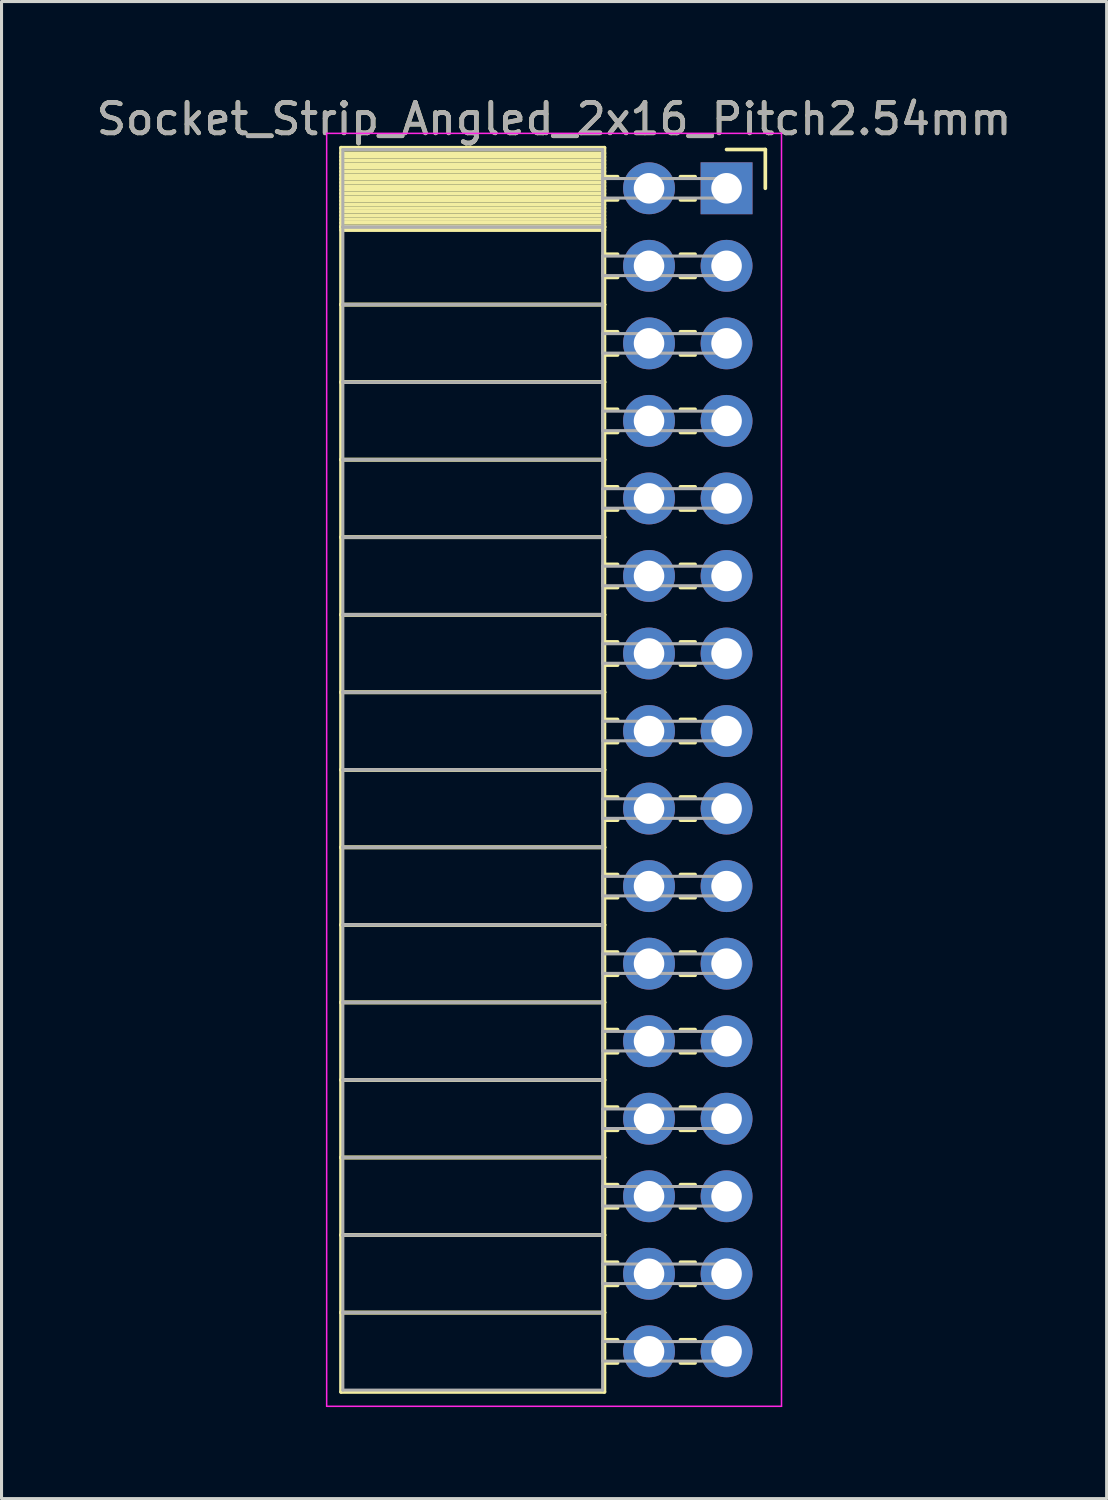
<source format=kicad_pcb>
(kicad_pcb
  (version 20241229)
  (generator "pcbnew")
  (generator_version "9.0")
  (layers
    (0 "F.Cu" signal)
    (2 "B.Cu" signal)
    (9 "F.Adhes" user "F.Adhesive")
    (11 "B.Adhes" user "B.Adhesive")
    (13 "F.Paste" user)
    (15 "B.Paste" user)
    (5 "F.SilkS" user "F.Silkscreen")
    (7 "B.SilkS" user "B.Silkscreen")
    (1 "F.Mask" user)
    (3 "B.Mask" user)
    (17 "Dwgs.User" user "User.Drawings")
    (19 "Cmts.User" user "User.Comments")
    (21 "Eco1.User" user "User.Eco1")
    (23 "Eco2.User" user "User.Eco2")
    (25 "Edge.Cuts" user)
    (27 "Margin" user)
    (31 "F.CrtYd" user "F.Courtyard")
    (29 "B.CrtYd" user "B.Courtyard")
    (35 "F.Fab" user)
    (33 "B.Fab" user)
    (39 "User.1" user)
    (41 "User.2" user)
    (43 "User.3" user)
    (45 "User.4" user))
  (footprint "Socket_Strip_Angled_2x16_Pitch2.54mm"
    (layer "F.Cu")
    (at 20.751 3.118)
    (property "Reference" "Socket_Strip_Angled_2x16_Pitch2.54mm" (at -5.65 -2.27 0) (layer "F.SilkS") (effects (font (size 1 1) (thickness 0.15))))
    (attr through_hole)
    (fp_line (start -12.63 -1.33) (end -4 -1.33) (stroke (width 0.12) (type solid)) (layer "F.SilkS"))
    (fp_line (start -12.63 1.27) (end -12.63 -1.33) (stroke (width 0.12) (type solid)) (layer "F.SilkS"))
    (fp_line (start -12.63 1.27) (end -4 1.27) (stroke (width 0.12) (type solid)) (layer "F.SilkS"))
    (fp_line (start -12.63 3.81) (end -12.63 1.27) (stroke (width 0.12) (type solid)) (layer "F.SilkS"))
    (fp_line (start -12.63 3.81) (end -4 3.81) (stroke (width 0.12) (type solid)) (layer "F.SilkS"))
    (fp_line (start -12.63 6.35) (end -12.63 3.81) (stroke (width 0.12) (type solid)) (layer "F.SilkS"))
    (fp_line (start -12.63 6.35) (end -4 6.35) (stroke (width 0.12) (type solid)) (layer "F.SilkS"))
    (fp_line (start -12.63 8.89) (end -12.63 6.35) (stroke (width 0.12) (type solid)) (layer "F.SilkS"))
    (fp_line (start -12.63 8.89) (end -4 8.89) (stroke (width 0.12) (type solid)) (layer "F.SilkS"))
    (fp_line (start -12.63 11.43) (end -12.63 8.89) (stroke (width 0.12) (type solid)) (layer "F.SilkS"))
    (fp_line (start -12.63 11.43) (end -4 11.43) (stroke (width 0.12) (type solid)) (layer "F.SilkS"))
    (fp_line (start -12.63 13.97) (end -12.63 11.43) (stroke (width 0.12) (type solid)) (layer "F.SilkS"))
    (fp_line (start -12.63 13.97) (end -4 13.97) (stroke (width 0.12) (type solid)) (layer "F.SilkS"))
    (fp_line (start -12.63 16.51) (end -12.63 13.97) (stroke (width 0.12) (type solid)) (layer "F.SilkS"))
    (fp_line (start -12.63 16.51) (end -4 16.51) (stroke (width 0.12) (type solid)) (layer "F.SilkS"))
    (fp_line (start -12.63 19.05) (end -12.63 16.51) (stroke (width 0.12) (type solid)) (layer "F.SilkS"))
    (fp_line (start -12.63 19.05) (end -4 19.05) (stroke (width 0.12) (type solid)) (layer "F.SilkS"))
    (fp_line (start -12.63 21.59) (end -12.63 19.05) (stroke (width 0.12) (type solid)) (layer "F.SilkS"))
    (fp_line (start -12.63 21.59) (end -4 21.59) (stroke (width 0.12) (type solid)) (layer "F.SilkS"))
    (fp_line (start -12.63 24.13) (end -12.63 21.59) (stroke (width 0.12) (type solid)) (layer "F.SilkS"))
    (fp_line (start -12.63 24.13) (end -4 24.13) (stroke (width 0.12) (type solid)) (layer "F.SilkS"))
    (fp_line (start -12.63 26.67) (end -12.63 24.13) (stroke (width 0.12) (type solid)) (layer "F.SilkS"))
    (fp_line (start -12.63 26.67) (end -4 26.67) (stroke (width 0.12) (type solid)) (layer "F.SilkS"))
    (fp_line (start -12.63 29.21) (end -12.63 26.67) (stroke (width 0.12) (type solid)) (layer "F.SilkS"))
    (fp_line (start -12.63 29.21) (end -4 29.21) (stroke (width 0.12) (type solid)) (layer "F.SilkS"))
    (fp_line (start -12.63 31.75) (end -12.63 29.21) (stroke (width 0.12) (type solid)) (layer "F.SilkS"))
    (fp_line (start -12.63 31.75) (end -4 31.75) (stroke (width 0.12) (type solid)) (layer "F.SilkS"))
    (fp_line (start -12.63 34.29) (end -12.63 31.75) (stroke (width 0.12) (type solid)) (layer "F.SilkS"))
    (fp_line (start -12.63 34.29) (end -4 34.29) (stroke (width 0.12) (type solid)) (layer "F.SilkS"))
    (fp_line (start -12.63 36.83) (end -12.63 34.29) (stroke (width 0.12) (type solid)) (layer "F.SilkS"))
    (fp_line (start -12.63 36.83) (end -4 36.83) (stroke (width 0.12) (type solid)) (layer "F.SilkS"))
    (fp_line (start -12.63 39.43) (end -12.63 36.83) (stroke (width 0.12) (type solid)) (layer "F.SilkS"))
    (fp_line (start -4 -1.33) (end -4 1.27) (stroke (width 0.12) (type solid)) (layer "F.SilkS"))
    (fp_line (start -4 -1.15) (end -12.63 -1.15) (stroke (width 0.12) (type solid)) (layer "F.SilkS"))
    (fp_line (start -4 -1.03) (end -12.63 -1.03) (stroke (width 0.12) (type solid)) (layer "F.SilkS"))
    (fp_line (start -4 -0.91) (end -12.63 -0.91) (stroke (width 0.12) (type solid)) (layer "F.SilkS"))
    (fp_line (start -4 -0.79) (end -12.63 -0.79) (stroke (width 0.12) (type solid)) (layer "F.SilkS"))
    (fp_line (start -4 -0.67) (end -12.63 -0.67) (stroke (width 0.12) (type solid)) (layer "F.SilkS"))
    (fp_line (start -4 -0.55) (end -12.63 -0.55) (stroke (width 0.12) (type solid)) (layer "F.SilkS"))
    (fp_line (start -4 -0.43) (end -12.63 -0.43) (stroke (width 0.12) (type solid)) (layer "F.SilkS"))
    (fp_line (start -4 -0.31) (end -12.63 -0.31) (stroke (width 0.12) (type solid)) (layer "F.SilkS"))
    (fp_line (start -4 -0.19) (end -12.63 -0.19) (stroke (width 0.12) (type solid)) (layer "F.SilkS"))
    (fp_line (start -4 -0.07) (end -12.63 -0.07) (stroke (width 0.12) (type solid)) (layer "F.SilkS"))
    (fp_line (start -4 0.05) (end -12.63 0.05) (stroke (width 0.12) (type solid)) (layer "F.SilkS"))
    (fp_line (start -4 0.17) (end -12.63 0.17) (stroke (width 0.12) (type solid)) (layer "F.SilkS"))
    (fp_line (start -4 0.29) (end -12.63 0.29) (stroke (width 0.12) (type solid)) (layer "F.SilkS"))
    (fp_line (start -4 0.41) (end -12.63 0.41) (stroke (width 0.12) (type solid)) (layer "F.SilkS"))
    (fp_line (start -4 0.53) (end -12.63 0.53) (stroke (width 0.12) (type solid)) (layer "F.SilkS"))
    (fp_line (start -4 0.65) (end -12.63 0.65) (stroke (width 0.12) (type solid)) (layer "F.SilkS"))
    (fp_line (start -4 0.77) (end -12.63 0.77) (stroke (width 0.12) (type solid)) (layer "F.SilkS"))
    (fp_line (start -4 0.89) (end -12.63 0.89) (stroke (width 0.12) (type solid)) (layer "F.SilkS"))
    (fp_line (start -4 1.01) (end -12.63 1.01) (stroke (width 0.12) (type solid)) (layer "F.SilkS"))
    (fp_line (start -4 1.13) (end -12.63 1.13) (stroke (width 0.12) (type solid)) (layer "F.SilkS"))
    (fp_line (start -4 1.25) (end -12.63 1.25) (stroke (width 0.12) (type solid)) (layer "F.SilkS"))
    (fp_line (start -4 1.27) (end -12.63 1.27) (stroke (width 0.12) (type solid)) (layer "F.SilkS"))
    (fp_line (start -4 1.27) (end -4 3.81) (stroke (width 0.12) (type solid)) (layer "F.SilkS"))
    (fp_line (start -4 1.37) (end -12.63 1.37) (stroke (width 0.12) (type solid)) (layer "F.SilkS"))
    (fp_line (start -4 3.81) (end -12.63 3.81) (stroke (width 0.12) (type solid)) (layer "F.SilkS"))
    (fp_line (start -4 3.81) (end -4 6.35) (stroke (width 0.12) (type solid)) (layer "F.SilkS"))
    (fp_line (start -4 6.35) (end -12.63 6.35) (stroke (width 0.12) (type solid)) (layer "F.SilkS"))
    (fp_line (start -4 6.35) (end -4 8.89) (stroke (width 0.12) (type solid)) (layer "F.SilkS"))
    (fp_line (start -4 8.89) (end -12.63 8.89) (stroke (width 0.12) (type solid)) (layer "F.SilkS"))
    (fp_line (start -4 8.89) (end -4 11.43) (stroke (width 0.12) (type solid)) (layer "F.SilkS"))
    (fp_line (start -4 11.43) (end -12.63 11.43) (stroke (width 0.12) (type solid)) (layer "F.SilkS"))
    (fp_line (start -4 11.43) (end -4 13.97) (stroke (width 0.12) (type solid)) (layer "F.SilkS"))
    (fp_line (start -4 13.97) (end -12.63 13.97) (stroke (width 0.12) (type solid)) (layer "F.SilkS"))
    (fp_line (start -4 13.97) (end -4 16.51) (stroke (width 0.12) (type solid)) (layer "F.SilkS"))
    (fp_line (start -4 16.51) (end -12.63 16.51) (stroke (width 0.12) (type solid)) (layer "F.SilkS"))
    (fp_line (start -4 16.51) (end -4 19.05) (stroke (width 0.12) (type solid)) (layer "F.SilkS"))
    (fp_line (start -4 19.05) (end -12.63 19.05) (stroke (width 0.12) (type solid)) (layer "F.SilkS"))
    (fp_line (start -4 19.05) (end -4 21.59) (stroke (width 0.12) (type solid)) (layer "F.SilkS"))
    (fp_line (start -4 21.59) (end -12.63 21.59) (stroke (width 0.12) (type solid)) (layer "F.SilkS"))
    (fp_line (start -4 21.59) (end -4 24.13) (stroke (width 0.12) (type solid)) (layer "F.SilkS"))
    (fp_line (start -4 24.13) (end -12.63 24.13) (stroke (width 0.12) (type solid)) (layer "F.SilkS"))
    (fp_line (start -4 24.13) (end -4 26.67) (stroke (width 0.12) (type solid)) (layer "F.SilkS"))
    (fp_line (start -4 26.67) (end -12.63 26.67) (stroke (width 0.12) (type solid)) (layer "F.SilkS"))
    (fp_line (start -4 26.67) (end -4 29.21) (stroke (width 0.12) (type solid)) (layer "F.SilkS"))
    (fp_line (start -4 29.21) (end -12.63 29.21) (stroke (width 0.12) (type solid)) (layer "F.SilkS"))
    (fp_line (start -4 29.21) (end -4 31.75) (stroke (width 0.12) (type solid)) (layer "F.SilkS"))
    (fp_line (start -4 31.75) (end -12.63 31.75) (stroke (width 0.12) (type solid)) (layer "F.SilkS"))
    (fp_line (start -4 31.75) (end -4 34.29) (stroke (width 0.12) (type solid)) (layer "F.SilkS"))
    (fp_line (start -4 34.29) (end -12.63 34.29) (stroke (width 0.12) (type solid)) (layer "F.SilkS"))
    (fp_line (start -4 34.29) (end -4 36.83) (stroke (width 0.12) (type solid)) (layer "F.SilkS"))
    (fp_line (start -4 36.83) (end -12.63 36.83) (stroke (width 0.12) (type solid)) (layer "F.SilkS"))
    (fp_line (start -4 36.83) (end -4 39.43) (stroke (width 0.12) (type solid)) (layer "F.SilkS"))
    (fp_line (start -4 39.43) (end -12.63 39.43) (stroke (width 0.12) (type solid)) (layer "F.SilkS"))
    (fp_line (start -3.57 -0.38) (end -4 -0.38) (stroke (width 0.12) (type solid)) (layer "F.SilkS"))
    (fp_line (start -3.57 0.38) (end -4 0.38) (stroke (width 0.12) (type solid)) (layer "F.SilkS"))
    (fp_line (start -3.57 2.16) (end -4 2.16) (stroke (width 0.12) (type solid)) (layer "F.SilkS"))
    (fp_line (start -3.57 2.92) (end -4 2.92) (stroke (width 0.12) (type solid)) (layer "F.SilkS"))
    (fp_line (start -3.57 4.7) (end -4 4.7) (stroke (width 0.12) (type solid)) (layer "F.SilkS"))
    (fp_line (start -3.57 5.46) (end -4 5.46) (stroke (width 0.12) (type solid)) (layer "F.SilkS"))
    (fp_line (start -3.57 7.24) (end -4 7.24) (stroke (width 0.12) (type solid)) (layer "F.SilkS"))
    (fp_line (start -3.57 8) (end -4 8) (stroke (width 0.12) (type solid)) (layer "F.SilkS"))
    (fp_line (start -3.57 9.78) (end -4 9.78) (stroke (width 0.12) (type solid)) (layer "F.SilkS"))
    (fp_line (start -3.57 10.54) (end -4 10.54) (stroke (width 0.12) (type solid)) (layer "F.SilkS"))
    (fp_line (start -3.57 12.32) (end -4 12.32) (stroke (width 0.12) (type solid)) (layer "F.SilkS"))
    (fp_line (start -3.57 13.08) (end -4 13.08) (stroke (width 0.12) (type solid)) (layer "F.SilkS"))
    (fp_line (start -3.57 14.86) (end -4 14.86) (stroke (width 0.12) (type solid)) (layer "F.SilkS"))
    (fp_line (start -3.57 15.62) (end -4 15.62) (stroke (width 0.12) (type solid)) (layer "F.SilkS"))
    (fp_line (start -3.57 17.4) (end -4 17.4) (stroke (width 0.12) (type solid)) (layer "F.SilkS"))
    (fp_line (start -3.57 18.16) (end -4 18.16) (stroke (width 0.12) (type solid)) (layer "F.SilkS"))
    (fp_line (start -3.57 19.94) (end -4 19.94) (stroke (width 0.12) (type solid)) (layer "F.SilkS"))
    (fp_line (start -3.57 20.7) (end -4 20.7) (stroke (width 0.12) (type solid)) (layer "F.SilkS"))
    (fp_line (start -3.57 22.48) (end -4 22.48) (stroke (width 0.12) (type solid)) (layer "F.SilkS"))
    (fp_line (start -3.57 23.24) (end -4 23.24) (stroke (width 0.12) (type solid)) (layer "F.SilkS"))
    (fp_line (start -3.57 25.02) (end -4 25.02) (stroke (width 0.12) (type solid)) (layer "F.SilkS"))
    (fp_line (start -3.57 25.78) (end -4 25.78) (stroke (width 0.12) (type solid)) (layer "F.SilkS"))
    (fp_line (start -3.57 27.56) (end -4 27.56) (stroke (width 0.12) (type solid)) (layer "F.SilkS"))
    (fp_line (start -3.57 28.32) (end -4 28.32) (stroke (width 0.12) (type solid)) (layer "F.SilkS"))
    (fp_line (start -3.57 30.1) (end -4 30.1) (stroke (width 0.12) (type solid)) (layer "F.SilkS"))
    (fp_line (start -3.57 30.86) (end -4 30.86) (stroke (width 0.12) (type solid)) (layer "F.SilkS"))
    (fp_line (start -3.57 32.64) (end -4 32.64) (stroke (width 0.12) (type solid)) (layer "F.SilkS"))
    (fp_line (start -3.57 33.4) (end -4 33.4) (stroke (width 0.12) (type solid)) (layer "F.SilkS"))
    (fp_line (start -3.57 35.18) (end -4 35.18) (stroke (width 0.12) (type solid)) (layer "F.SilkS"))
    (fp_line (start -3.57 35.94) (end -4 35.94) (stroke (width 0.12) (type solid)) (layer "F.SilkS"))
    (fp_line (start -3.57 37.72) (end -4 37.72) (stroke (width 0.12) (type solid)) (layer "F.SilkS"))
    (fp_line (start -3.57 38.48) (end -4 38.48) (stroke (width 0.12) (type solid)) (layer "F.SilkS"))
    (fp_line (start -1.03 -0.38) (end -1.51 -0.38) (stroke (width 0.12) (type solid)) (layer "F.SilkS"))
    (fp_line (start -1.03 0.38) (end -1.51 0.38) (stroke (width 0.12) (type solid)) (layer "F.SilkS"))
    (fp_line (start -1.03 2.16) (end -1.51 2.16) (stroke (width 0.12) (type solid)) (layer "F.SilkS"))
    (fp_line (start -1.03 2.92) (end -1.51 2.92) (stroke (width 0.12) (type solid)) (layer "F.SilkS"))
    (fp_line (start -1.03 4.7) (end -1.51 4.7) (stroke (width 0.12) (type solid)) (layer "F.SilkS"))
    (fp_line (start -1.03 5.46) (end -1.51 5.46) (stroke (width 0.12) (type solid)) (layer "F.SilkS"))
    (fp_line (start -1.03 7.24) (end -1.51 7.24) (stroke (width 0.12) (type solid)) (layer "F.SilkS"))
    (fp_line (start -1.03 8) (end -1.51 8) (stroke (width 0.12) (type solid)) (layer "F.SilkS"))
    (fp_line (start -1.03 9.78) (end -1.51 9.78) (stroke (width 0.12) (type solid)) (layer "F.SilkS"))
    (fp_line (start -1.03 10.54) (end -1.51 10.54) (stroke (width 0.12) (type solid)) (layer "F.SilkS"))
    (fp_line (start -1.03 12.32) (end -1.51 12.32) (stroke (width 0.12) (type solid)) (layer "F.SilkS"))
    (fp_line (start -1.03 13.08) (end -1.51 13.08) (stroke (width 0.12) (type solid)) (layer "F.SilkS"))
    (fp_line (start -1.03 14.86) (end -1.51 14.86) (stroke (width 0.12) (type solid)) (layer "F.SilkS"))
    (fp_line (start -1.03 15.62) (end -1.51 15.62) (stroke (width 0.12) (type solid)) (layer "F.SilkS"))
    (fp_line (start -1.03 17.4) (end -1.51 17.4) (stroke (width 0.12) (type solid)) (layer "F.SilkS"))
    (fp_line (start -1.03 18.16) (end -1.51 18.16) (stroke (width 0.12) (type solid)) (layer "F.SilkS"))
    (fp_line (start -1.03 19.94) (end -1.51 19.94) (stroke (width 0.12) (type solid)) (layer "F.SilkS"))
    (fp_line (start -1.03 20.7) (end -1.51 20.7) (stroke (width 0.12) (type solid)) (layer "F.SilkS"))
    (fp_line (start -1.03 22.48) (end -1.51 22.48) (stroke (width 0.12) (type solid)) (layer "F.SilkS"))
    (fp_line (start -1.03 23.24) (end -1.51 23.24) (stroke (width 0.12) (type solid)) (layer "F.SilkS"))
    (fp_line (start -1.03 25.02) (end -1.51 25.02) (stroke (width 0.12) (type solid)) (layer "F.SilkS"))
    (fp_line (start -1.03 25.78) (end -1.51 25.78) (stroke (width 0.12) (type solid)) (layer "F.SilkS"))
    (fp_line (start -1.03 27.56) (end -1.51 27.56) (stroke (width 0.12) (type solid)) (layer "F.SilkS"))
    (fp_line (start -1.03 28.32) (end -1.51 28.32) (stroke (width 0.12) (type solid)) (layer "F.SilkS"))
    (fp_line (start -1.03 30.1) (end -1.51 30.1) (stroke (width 0.12) (type solid)) (layer "F.SilkS"))
    (fp_line (start -1.03 30.86) (end -1.51 30.86) (stroke (width 0.12) (type solid)) (layer "F.SilkS"))
    (fp_line (start -1.03 32.64) (end -1.51 32.64) (stroke (width 0.12) (type solid)) (layer "F.SilkS"))
    (fp_line (start -1.03 33.4) (end -1.51 33.4) (stroke (width 0.12) (type solid)) (layer "F.SilkS"))
    (fp_line (start -1.03 35.18) (end -1.51 35.18) (stroke (width 0.12) (type solid)) (layer "F.SilkS"))
    (fp_line (start -1.03 35.94) (end -1.51 35.94) (stroke (width 0.12) (type solid)) (layer "F.SilkS"))
    (fp_line (start -1.03 37.72) (end -1.51 37.72) (stroke (width 0.12) (type solid)) (layer "F.SilkS"))
    (fp_line (start -1.03 38.48) (end -1.51 38.48) (stroke (width 0.12) (type solid)) (layer "F.SilkS"))
    (fp_line (start 0 -1.27) (end 1.27 -1.27) (stroke (width 0.12) (type solid)) (layer "F.SilkS"))
    (fp_line (start 1.27 -1.27) (end 1.27 0) (stroke (width 0.12) (type solid)) (layer "F.SilkS"))
    (fp_line (start -13.1 -1.8) (end 1.8 -1.8) (stroke (width 0.05) (type solid)) (layer "F.CrtYd"))
    (fp_line (start -13.1 39.9) (end -13.1 -1.8) (stroke (width 0.05) (type solid)) (layer "F.CrtYd"))
    (fp_line (start 1.8 -1.8) (end 1.8 39.9) (stroke (width 0.05) (type solid)) (layer "F.CrtYd"))
    (fp_line (start 1.8 39.9) (end -13.1 39.9) (stroke (width 0.05) (type solid)) (layer "F.CrtYd"))
    (fp_line (start -12.57 -1.27) (end -4.06 -1.27) (stroke (width 0.1) (type solid)) (layer "F.Fab"))
    (fp_line (start -12.57 1.27) (end -12.57 -1.27) (stroke (width 0.1) (type solid)) (layer "F.Fab"))
    (fp_line (start -12.57 1.27) (end -4.06 1.27) (stroke (width 0.1) (type solid)) (layer "F.Fab"))
    (fp_line (start -12.57 3.81) (end -12.57 1.27) (stroke (width 0.1) (type solid)) (layer "F.Fab"))
    (fp_line (start -12.57 3.81) (end -4.06 3.81) (stroke (width 0.1) (type solid)) (layer "F.Fab"))
    (fp_line (start -12.57 6.35) (end -12.57 3.81) (stroke (width 0.1) (type solid)) (layer "F.Fab"))
    (fp_line (start -12.57 6.35) (end -4.06 6.35) (stroke (width 0.1) (type solid)) (layer "F.Fab"))
    (fp_line (start -12.57 8.89) (end -12.57 6.35) (stroke (width 0.1) (type solid)) (layer "F.Fab"))
    (fp_line (start -12.57 8.89) (end -4.06 8.89) (stroke (width 0.1) (type solid)) (layer "F.Fab"))
    (fp_line (start -12.57 11.43) (end -12.57 8.89) (stroke (width 0.1) (type solid)) (layer "F.Fab"))
    (fp_line (start -12.57 11.43) (end -4.06 11.43) (stroke (width 0.1) (type solid)) (layer "F.Fab"))
    (fp_line (start -12.57 13.97) (end -12.57 11.43) (stroke (width 0.1) (type solid)) (layer "F.Fab"))
    (fp_line (start -12.57 13.97) (end -4.06 13.97) (stroke (width 0.1) (type solid)) (layer "F.Fab"))
    (fp_line (start -12.57 16.51) (end -12.57 13.97) (stroke (width 0.1) (type solid)) (layer "F.Fab"))
    (fp_line (start -12.57 16.51) (end -4.06 16.51) (stroke (width 0.1) (type solid)) (layer "F.Fab"))
    (fp_line (start -12.57 19.05) (end -12.57 16.51) (stroke (width 0.1) (type solid)) (layer "F.Fab"))
    (fp_line (start -12.57 19.05) (end -4.06 19.05) (stroke (width 0.1) (type solid)) (layer "F.Fab"))
    (fp_line (start -12.57 21.59) (end -12.57 19.05) (stroke (width 0.1) (type solid)) (layer "F.Fab"))
    (fp_line (start -12.57 21.59) (end -4.06 21.59) (stroke (width 0.1) (type solid)) (layer "F.Fab"))
    (fp_line (start -12.57 24.13) (end -12.57 21.59) (stroke (width 0.1) (type solid)) (layer "F.Fab"))
    (fp_line (start -12.57 24.13) (end -4.06 24.13) (stroke (width 0.1) (type solid)) (layer "F.Fab"))
    (fp_line (start -12.57 26.67) (end -12.57 24.13) (stroke (width 0.1) (type solid)) (layer "F.Fab"))
    (fp_line (start -12.57 26.67) (end -4.06 26.67) (stroke (width 0.1) (type solid)) (layer "F.Fab"))
    (fp_line (start -12.57 29.21) (end -12.57 26.67) (stroke (width 0.1) (type solid)) (layer "F.Fab"))
    (fp_line (start -12.57 29.21) (end -4.06 29.21) (stroke (width 0.1) (type solid)) (layer "F.Fab"))
    (fp_line (start -12.57 31.75) (end -12.57 29.21) (stroke (width 0.1) (type solid)) (layer "F.Fab"))
    (fp_line (start -12.57 31.75) (end -4.06 31.75) (stroke (width 0.1) (type solid)) (layer "F.Fab"))
    (fp_line (start -12.57 34.29) (end -12.57 31.75) (stroke (width 0.1) (type solid)) (layer "F.Fab"))
    (fp_line (start -12.57 34.29) (end -4.06 34.29) (stroke (width 0.1) (type solid)) (layer "F.Fab"))
    (fp_line (start -12.57 36.83) (end -12.57 34.29) (stroke (width 0.1) (type solid)) (layer "F.Fab"))
    (fp_line (start -12.57 36.83) (end -4.06 36.83) (stroke (width 0.1) (type solid)) (layer "F.Fab"))
    (fp_line (start -12.57 39.37) (end -12.57 36.83) (stroke (width 0.1) (type solid)) (layer "F.Fab"))
    (fp_line (start -4.06 -1.27) (end -4.06 1.27) (stroke (width 0.1) (type solid)) (layer "F.Fab"))
    (fp_line (start -4.06 -0.32) (end 0 -0.32) (stroke (width 0.1) (type solid)) (layer "F.Fab"))
    (fp_line (start -4.06 0.32) (end -4.06 -0.32) (stroke (width 0.1) (type solid)) (layer "F.Fab"))
    (fp_line (start -4.06 1.27) (end -12.57 1.27) (stroke (width 0.1) (type solid)) (layer "F.Fab"))
    (fp_line (start -4.06 1.27) (end -4.06 3.81) (stroke (width 0.1) (type solid)) (layer "F.Fab"))
    (fp_line (start -4.06 2.22) (end 0 2.22) (stroke (width 0.1) (type solid)) (layer "F.Fab"))
    (fp_line (start -4.06 2.86) (end -4.06 2.22) (stroke (width 0.1) (type solid)) (layer "F.Fab"))
    (fp_line (start -4.06 3.81) (end -12.57 3.81) (stroke (width 0.1) (type solid)) (layer "F.Fab"))
    (fp_line (start -4.06 3.81) (end -4.06 6.35) (stroke (width 0.1) (type solid)) (layer "F.Fab"))
    (fp_line (start -4.06 4.76) (end 0 4.76) (stroke (width 0.1) (type solid)) (layer "F.Fab"))
    (fp_line (start -4.06 5.4) (end -4.06 4.76) (stroke (width 0.1) (type solid)) (layer "F.Fab"))
    (fp_line (start -4.06 6.35) (end -12.57 6.35) (stroke (width 0.1) (type solid)) (layer "F.Fab"))
    (fp_line (start -4.06 6.35) (end -4.06 8.89) (stroke (width 0.1) (type solid)) (layer "F.Fab"))
    (fp_line (start -4.06 7.3) (end 0 7.3) (stroke (width 0.1) (type solid)) (layer "F.Fab"))
    (fp_line (start -4.06 7.94) (end -4.06 7.3) (stroke (width 0.1) (type solid)) (layer "F.Fab"))
    (fp_line (start -4.06 8.89) (end -12.57 8.89) (stroke (width 0.1) (type solid)) (layer "F.Fab"))
    (fp_line (start -4.06 8.89) (end -4.06 11.43) (stroke (width 0.1) (type solid)) (layer "F.Fab"))
    (fp_line (start -4.06 9.84) (end 0 9.84) (stroke (width 0.1) (type solid)) (layer "F.Fab"))
    (fp_line (start -4.06 10.48) (end -4.06 9.84) (stroke (width 0.1) (type solid)) (layer "F.Fab"))
    (fp_line (start -4.06 11.43) (end -12.57 11.43) (stroke (width 0.1) (type solid)) (layer "F.Fab"))
    (fp_line (start -4.06 11.43) (end -4.06 13.97) (stroke (width 0.1) (type solid)) (layer "F.Fab"))
    (fp_line (start -4.06 12.38) (end 0 12.38) (stroke (width 0.1) (type solid)) (layer "F.Fab"))
    (fp_line (start -4.06 13.02) (end -4.06 12.38) (stroke (width 0.1) (type solid)) (layer "F.Fab"))
    (fp_line (start -4.06 13.97) (end -12.57 13.97) (stroke (width 0.1) (type solid)) (layer "F.Fab"))
    (fp_line (start -4.06 13.97) (end -4.06 16.51) (stroke (width 0.1) (type solid)) (layer "F.Fab"))
    (fp_line (start -4.06 14.92) (end 0 14.92) (stroke (width 0.1) (type solid)) (layer "F.Fab"))
    (fp_line (start -4.06 15.56) (end -4.06 14.92) (stroke (width 0.1) (type solid)) (layer "F.Fab"))
    (fp_line (start -4.06 16.51) (end -12.57 16.51) (stroke (width 0.1) (type solid)) (layer "F.Fab"))
    (fp_line (start -4.06 16.51) (end -4.06 19.05) (stroke (width 0.1) (type solid)) (layer "F.Fab"))
    (fp_line (start -4.06 17.46) (end 0 17.46) (stroke (width 0.1) (type solid)) (layer "F.Fab"))
    (fp_line (start -4.06 18.1) (end -4.06 17.46) (stroke (width 0.1) (type solid)) (layer "F.Fab"))
    (fp_line (start -4.06 19.05) (end -12.57 19.05) (stroke (width 0.1) (type solid)) (layer "F.Fab"))
    (fp_line (start -4.06 19.05) (end -4.06 21.59) (stroke (width 0.1) (type solid)) (layer "F.Fab"))
    (fp_line (start -4.06 20) (end 0 20) (stroke (width 0.1) (type solid)) (layer "F.Fab"))
    (fp_line (start -4.06 20.64) (end -4.06 20) (stroke (width 0.1) (type solid)) (layer "F.Fab"))
    (fp_line (start -4.06 21.59) (end -12.57 21.59) (stroke (width 0.1) (type solid)) (layer "F.Fab"))
    (fp_line (start -4.06 21.59) (end -4.06 24.13) (stroke (width 0.1) (type solid)) (layer "F.Fab"))
    (fp_line (start -4.06 22.54) (end 0 22.54) (stroke (width 0.1) (type solid)) (layer "F.Fab"))
    (fp_line (start -4.06 23.18) (end -4.06 22.54) (stroke (width 0.1) (type solid)) (layer "F.Fab"))
    (fp_line (start -4.06 24.13) (end -12.57 24.13) (stroke (width 0.1) (type solid)) (layer "F.Fab"))
    (fp_line (start -4.06 24.13) (end -4.06 26.67) (stroke (width 0.1) (type solid)) (layer "F.Fab"))
    (fp_line (start -4.06 25.08) (end 0 25.08) (stroke (width 0.1) (type solid)) (layer "F.Fab"))
    (fp_line (start -4.06 25.72) (end -4.06 25.08) (stroke (width 0.1) (type solid)) (layer "F.Fab"))
    (fp_line (start -4.06 26.67) (end -12.57 26.67) (stroke (width 0.1) (type solid)) (layer "F.Fab"))
    (fp_line (start -4.06 26.67) (end -4.06 29.21) (stroke (width 0.1) (type solid)) (layer "F.Fab"))
    (fp_line (start -4.06 27.62) (end 0 27.62) (stroke (width 0.1) (type solid)) (layer "F.Fab"))
    (fp_line (start -4.06 28.26) (end -4.06 27.62) (stroke (width 0.1) (type solid)) (layer "F.Fab"))
    (fp_line (start -4.06 29.21) (end -12.57 29.21) (stroke (width 0.1) (type solid)) (layer "F.Fab"))
    (fp_line (start -4.06 29.21) (end -4.06 31.75) (stroke (width 0.1) (type solid)) (layer "F.Fab"))
    (fp_line (start -4.06 30.16) (end 0 30.16) (stroke (width 0.1) (type solid)) (layer "F.Fab"))
    (fp_line (start -4.06 30.8) (end -4.06 30.16) (stroke (width 0.1) (type solid)) (layer "F.Fab"))
    (fp_line (start -4.06 31.75) (end -12.57 31.75) (stroke (width 0.1) (type solid)) (layer "F.Fab"))
    (fp_line (start -4.06 31.75) (end -4.06 34.29) (stroke (width 0.1) (type solid)) (layer "F.Fab"))
    (fp_line (start -4.06 32.7) (end 0 32.7) (stroke (width 0.1) (type solid)) (layer "F.Fab"))
    (fp_line (start -4.06 33.34) (end -4.06 32.7) (stroke (width 0.1) (type solid)) (layer "F.Fab"))
    (fp_line (start -4.06 34.29) (end -12.57 34.29) (stroke (width 0.1) (type solid)) (layer "F.Fab"))
    (fp_line (start -4.06 34.29) (end -4.06 36.83) (stroke (width 0.1) (type solid)) (layer "F.Fab"))
    (fp_line (start -4.06 35.24) (end 0 35.24) (stroke (width 0.1) (type solid)) (layer "F.Fab"))
    (fp_line (start -4.06 35.88) (end -4.06 35.24) (stroke (width 0.1) (type solid)) (layer "F.Fab"))
    (fp_line (start -4.06 36.83) (end -12.57 36.83) (stroke (width 0.1) (type solid)) (layer "F.Fab"))
    (fp_line (start -4.06 36.83) (end -4.06 39.37) (stroke (width 0.1) (type solid)) (layer "F.Fab"))
    (fp_line (start -4.06 37.78) (end 0 37.78) (stroke (width 0.1) (type solid)) (layer "F.Fab"))
    (fp_line (start -4.06 38.42) (end -4.06 37.78) (stroke (width 0.1) (type solid)) (layer "F.Fab"))
    (fp_line (start -4.06 39.37) (end -12.57 39.37) (stroke (width 0.1) (type solid)) (layer "F.Fab"))
    (fp_line (start 0 -0.32) (end 0 0.32) (stroke (width 0.1) (type solid)) (layer "F.Fab"))
    (fp_line (start 0 0.32) (end -4.06 0.32) (stroke (width 0.1) (type solid)) (layer "F.Fab"))
    (fp_line (start 0 2.22) (end 0 2.86) (stroke (width 0.1) (type solid)) (layer "F.Fab"))
    (fp_line (start 0 2.86) (end -4.06 2.86) (stroke (width 0.1) (type solid)) (layer "F.Fab"))
    (fp_line (start 0 4.76) (end 0 5.4) (stroke (width 0.1) (type solid)) (layer "F.Fab"))
    (fp_line (start 0 5.4) (end -4.06 5.4) (stroke (width 0.1) (type solid)) (layer "F.Fab"))
    (fp_line (start 0 7.3) (end 0 7.94) (stroke (width 0.1) (type solid)) (layer "F.Fab"))
    (fp_line (start 0 7.94) (end -4.06 7.94) (stroke (width 0.1) (type solid)) (layer "F.Fab"))
    (fp_line (start 0 9.84) (end 0 10.48) (stroke (width 0.1) (type solid)) (layer "F.Fab"))
    (fp_line (start 0 10.48) (end -4.06 10.48) (stroke (width 0.1) (type solid)) (layer "F.Fab"))
    (fp_line (start 0 12.38) (end 0 13.02) (stroke (width 0.1) (type solid)) (layer "F.Fab"))
    (fp_line (start 0 13.02) (end -4.06 13.02) (stroke (width 0.1) (type solid)) (layer "F.Fab"))
    (fp_line (start 0 14.92) (end 0 15.56) (stroke (width 0.1) (type solid)) (layer "F.Fab"))
    (fp_line (start 0 15.56) (end -4.06 15.56) (stroke (width 0.1) (type solid)) (layer "F.Fab"))
    (fp_line (start 0 17.46) (end 0 18.1) (stroke (width 0.1) (type solid)) (layer "F.Fab"))
    (fp_line (start 0 18.1) (end -4.06 18.1) (stroke (width 0.1) (type solid)) (layer "F.Fab"))
    (fp_line (start 0 20) (end 0 20.64) (stroke (width 0.1) (type solid)) (layer "F.Fab"))
    (fp_line (start 0 20.64) (end -4.06 20.64) (stroke (width 0.1) (type solid)) (layer "F.Fab"))
    (fp_line (start 0 22.54) (end 0 23.18) (stroke (width 0.1) (type solid)) (layer "F.Fab"))
    (fp_line (start 0 23.18) (end -4.06 23.18) (stroke (width 0.1) (type solid)) (layer "F.Fab"))
    (fp_line (start 0 25.08) (end 0 25.72) (stroke (width 0.1) (type solid)) (layer "F.Fab"))
    (fp_line (start 0 25.72) (end -4.06 25.72) (stroke (width 0.1) (type solid)) (layer "F.Fab"))
    (fp_line (start 0 27.62) (end 0 28.26) (stroke (width 0.1) (type solid)) (layer "F.Fab"))
    (fp_line (start 0 28.26) (end -4.06 28.26) (stroke (width 0.1) (type solid)) (layer "F.Fab"))
    (fp_line (start 0 30.16) (end 0 30.8) (stroke (width 0.1) (type solid)) (layer "F.Fab"))
    (fp_line (start 0 30.8) (end -4.06 30.8) (stroke (width 0.1) (type solid)) (layer "F.Fab"))
    (fp_line (start 0 32.7) (end 0 33.34) (stroke (width 0.1) (type solid)) (layer "F.Fab"))
    (fp_line (start 0 33.34) (end -4.06 33.34) (stroke (width 0.1) (type solid)) (layer "F.Fab"))
    (fp_line (start 0 35.24) (end 0 35.88) (stroke (width 0.1) (type solid)) (layer "F.Fab"))
    (fp_line (start 0 35.88) (end -4.06 35.88) (stroke (width 0.1) (type solid)) (layer "F.Fab"))
    (fp_line (start 0 37.78) (end 0 38.42) (stroke (width 0.1) (type solid)) (layer "F.Fab"))
    (fp_line (start 0 38.42) (end -4.06 38.42) (stroke (width 0.1) (type solid)) (layer "F.Fab"))
    (fp_text user "${REFERENCE}" (at -5.65 -2.27 0) (layer "F.Fab") (effects (font (size 1 1) (thickness 0.15))))
    (pad "1" thru_hole rect (at 0 0) (size 1.7 1.7) (drill 1) (layers "*.Cu" "*.Mask"))
    (pad "2" thru_hole oval (at -2.54 0) (size 1.7 1.7) (drill 1) (layers "*.Cu" "*.Mask"))
    (pad "3" thru_hole oval (at 0 2.54) (size 1.7 1.7) (drill 1) (layers "*.Cu" "*.Mask"))
    (pad "4" thru_hole oval (at -2.54 2.54) (size 1.7 1.7) (drill 1) (layers "*.Cu" "*.Mask"))
    (pad "5" thru_hole oval (at 0 5.08) (size 1.7 1.7) (drill 1) (layers "*.Cu" "*.Mask"))
    (pad "6" thru_hole oval (at -2.54 5.08) (size 1.7 1.7) (drill 1) (layers "*.Cu" "*.Mask"))
    (pad "7" thru_hole oval (at 0 7.62) (size 1.7 1.7) (drill 1) (layers "*.Cu" "*.Mask"))
    (pad "8" thru_hole oval (at -2.54 7.62) (size 1.7 1.7) (drill 1) (layers "*.Cu" "*.Mask"))
    (pad "9" thru_hole oval (at 0 10.16) (size 1.7 1.7) (drill 1) (layers "*.Cu" "*.Mask"))
    (pad "10" thru_hole oval (at -2.54 10.16) (size 1.7 1.7) (drill 1) (layers "*.Cu" "*.Mask"))
    (pad "11" thru_hole oval (at 0 12.7) (size 1.7 1.7) (drill 1) (layers "*.Cu" "*.Mask"))
    (pad "12" thru_hole oval (at -2.54 12.7) (size 1.7 1.7) (drill 1) (layers "*.Cu" "*.Mask"))
    (pad "13" thru_hole oval (at 0 15.24) (size 1.7 1.7) (drill 1) (layers "*.Cu" "*.Mask"))
    (pad "14" thru_hole oval (at -2.54 15.24) (size 1.7 1.7) (drill 1) (layers "*.Cu" "*.Mask"))
    (pad "15" thru_hole oval (at 0 17.78) (size 1.7 1.7) (drill 1) (layers "*.Cu" "*.Mask"))
    (pad "16" thru_hole oval (at -2.54 17.78) (size 1.7 1.7) (drill 1) (layers "*.Cu" "*.Mask"))
    (pad "17" thru_hole oval (at 0 20.32) (size 1.7 1.7) (drill 1) (layers "*.Cu" "*.Mask"))
    (pad "18" thru_hole oval (at -2.54 20.32) (size 1.7 1.7) (drill 1) (layers "*.Cu" "*.Mask"))
    (pad "19" thru_hole oval (at 0 22.86) (size 1.7 1.7) (drill 1) (layers "*.Cu" "*.Mask"))
    (pad "20" thru_hole oval (at -2.54 22.86) (size 1.7 1.7) (drill 1) (layers "*.Cu" "*.Mask"))
    (pad "21" thru_hole oval (at 0 25.4) (size 1.7 1.7) (drill 1) (layers "*.Cu" "*.Mask"))
    (pad "22" thru_hole oval (at -2.54 25.4) (size 1.7 1.7) (drill 1) (layers "*.Cu" "*.Mask"))
    (pad "23" thru_hole oval (at 0 27.94) (size 1.7 1.7) (drill 1) (layers "*.Cu" "*.Mask"))
    (pad "24" thru_hole oval (at -2.54 27.94) (size 1.7 1.7) (drill 1) (layers "*.Cu" "*.Mask"))
    (pad "25" thru_hole oval (at 0 30.48) (size 1.7 1.7) (drill 1) (layers "*.Cu" "*.Mask"))
    (pad "26" thru_hole oval (at -2.54 30.48) (size 1.7 1.7) (drill 1) (layers "*.Cu" "*.Mask"))
    (pad "27" thru_hole oval (at 0 33.02) (size 1.7 1.7) (drill 1) (layers "*.Cu" "*.Mask"))
    (pad "28" thru_hole oval (at -2.54 33.02) (size 1.7 1.7) (drill 1) (layers "*.Cu" "*.Mask"))
    (pad "29" thru_hole oval (at 0 35.56) (size 1.7 1.7) (drill 1) (layers "*.Cu" "*.Mask"))
    (pad "30" thru_hole oval (at -2.54 35.56) (size 1.7 1.7) (drill 1) (layers "*.Cu" "*.Mask"))
    (pad "31" thru_hole oval (at 0 38.1) (size 1.7 1.7) (drill 1) (layers "*.Cu" "*.Mask"))
    (pad "32" thru_hole oval (at -2.54 38.1) (size 1.7 1.7) (drill 1) (layers "*.Cu" "*.Mask")))
  (gr_rect
    (start -3 -3)
    (end 33.202 46.043)
    (stroke (width 0.1) (type default))
    (fill no)
    (layer "Edge.Cuts")))
</source>
